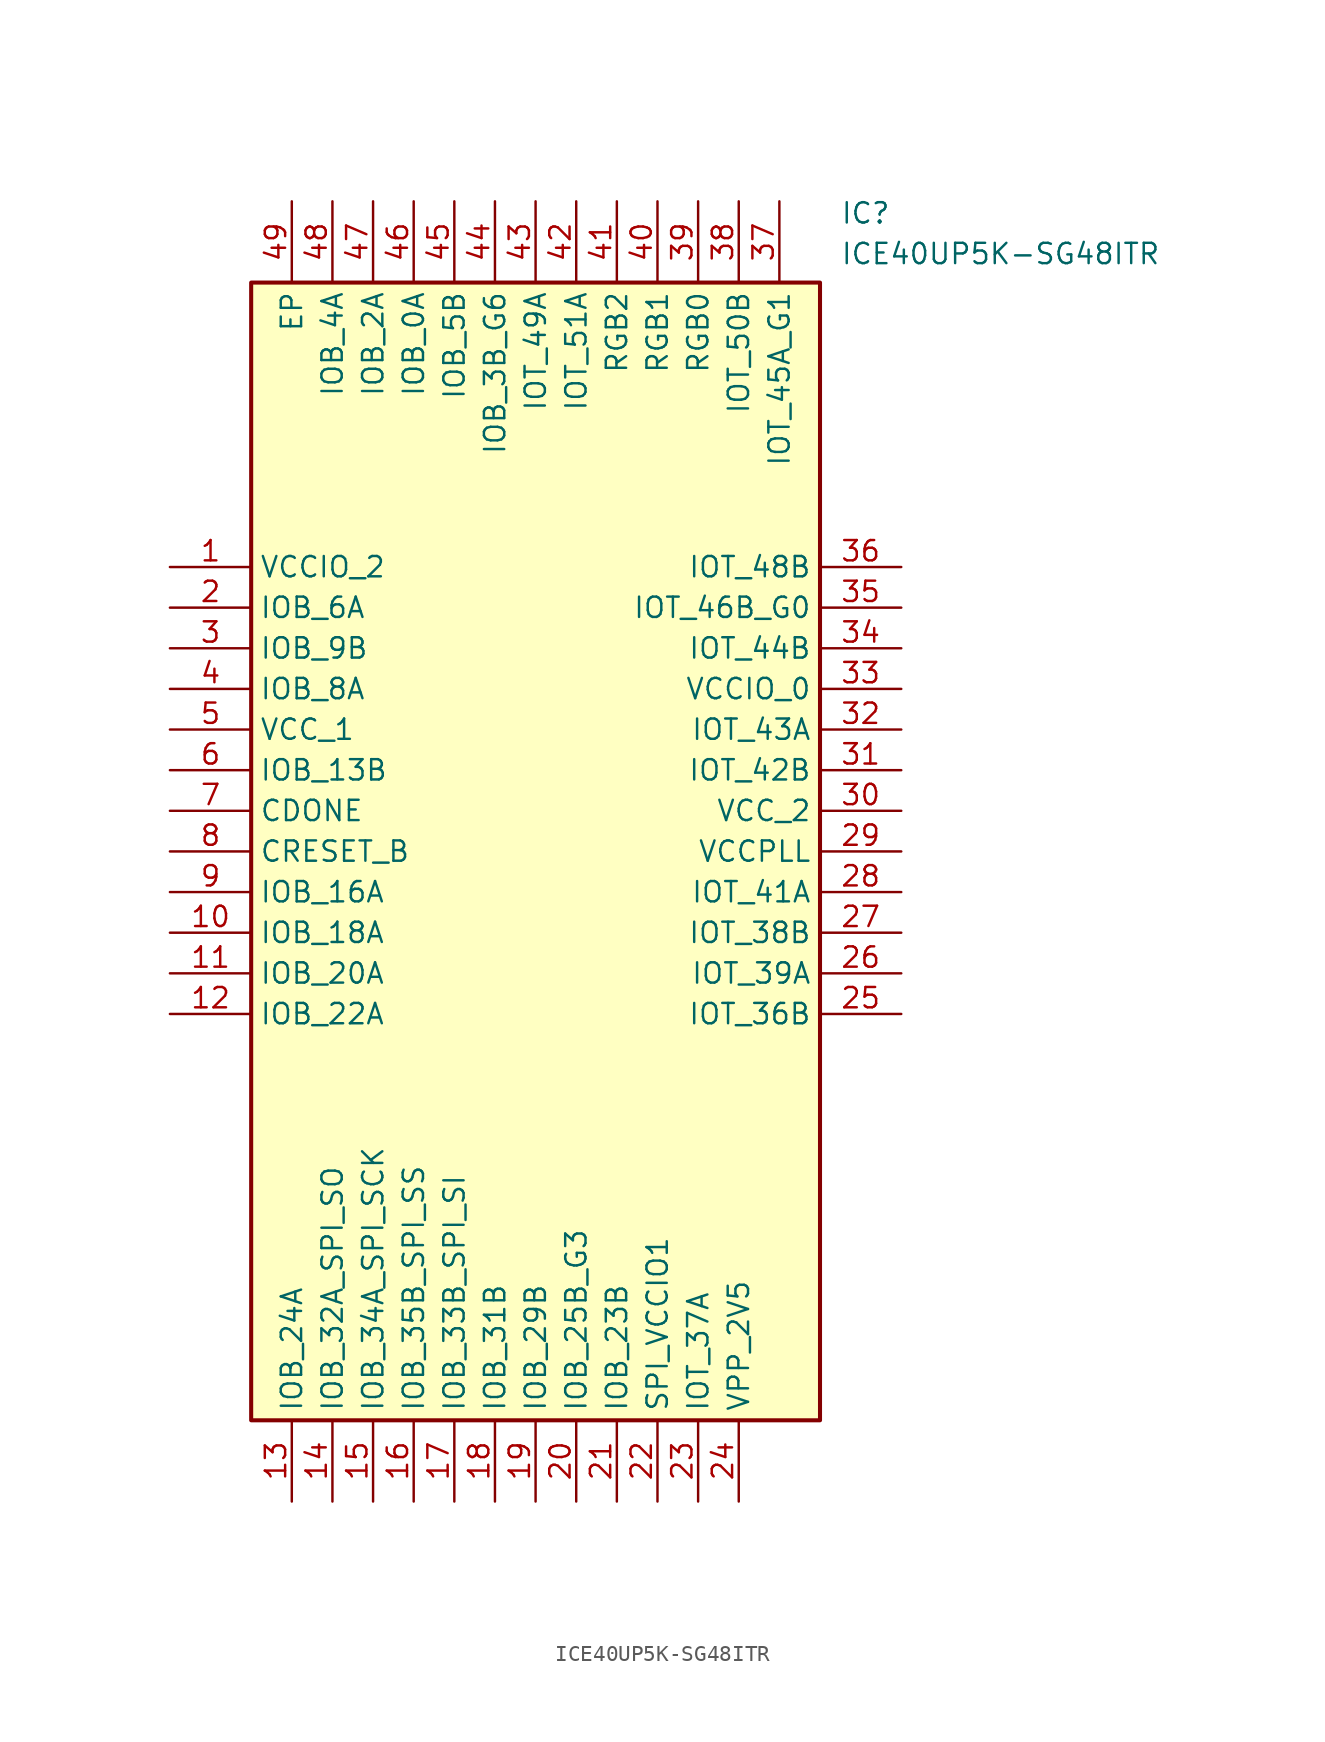
<source format=kicad_sym>
(kicad_symbol_lib
  (version 20211014)
  (generator SamacSys_ECAD_Model)
  (symbol "ICE40UP5K-SG48ITR"
    (property "Reference" "IC"
      (at 41.91 22.86 0)
      (effects (font (size 1.27 1.27)) (justify left top)))
    (property "Value" "ICE40UP5K-SG48ITR"
      (at 41.91 20.32 0)
      (effects (font (size 1.27 1.27)) (justify left top)))
    (rectangle
      (start 5.08 17.78)
      (end 40.64 -53.34)
      (stroke (width 0.254) (type default))
      (fill (type background)))
    (pin passive line
      (at 0 0 0)
      (length 5.08)
      (name "VCCIO_2" (effects (font (size 1.27 1.27))))
      (number "1" (effects (font (size 1.27 1.27)))))
    (pin passive line
      (at 0 -2.54 0)
      (length 5.08)
      (name "IOB_6A" (effects (font (size 1.27 1.27))))
      (number "2" (effects (font (size 1.27 1.27)))))
    (pin passive line
      (at 0 -5.08 0)
      (length 5.08)
      (name "IOB_9B" (effects (font (size 1.27 1.27))))
      (number "3" (effects (font (size 1.27 1.27)))))
    (pin passive line
      (at 0 -7.62 0)
      (length 5.08)
      (name "IOB_8A" (effects (font (size 1.27 1.27))))
      (number "4" (effects (font (size 1.27 1.27)))))
    (pin passive line
      (at 0 -10.16 0)
      (length 5.08)
      (name "VCC_1" (effects (font (size 1.27 1.27))))
      (number "5" (effects (font (size 1.27 1.27)))))
    (pin passive line
      (at 0 -12.7 0)
      (length 5.08)
      (name "IOB_13B" (effects (font (size 1.27 1.27))))
      (number "6" (effects (font (size 1.27 1.27)))))
    (pin passive line
      (at 0 -15.24 0)
      (length 5.08)
      (name "CDONE" (effects (font (size 1.27 1.27))))
      (number "7" (effects (font (size 1.27 1.27)))))
    (pin passive line
      (at 0 -17.78 0)
      (length 5.08)
      (name "CRESET_B" (effects (font (size 1.27 1.27))))
      (number "8" (effects (font (size 1.27 1.27)))))
    (pin passive line
      (at 0 -20.32 0)
      (length 5.08)
      (name "IOB_16A" (effects (font (size 1.27 1.27))))
      (number "9" (effects (font (size 1.27 1.27)))))
    (pin passive line
      (at 0 -22.86 0)
      (length 5.08)
      (name "IOB_18A" (effects (font (size 1.27 1.27))))
      (number "10" (effects (font (size 1.27 1.27)))))
    (pin passive line
      (at 0 -25.4 0)
      (length 5.08)
      (name "IOB_20A" (effects (font (size 1.27 1.27))))
      (number "11" (effects (font (size 1.27 1.27)))))
    (pin passive line
      (at 0 -27.94 0)
      (length 5.08)
      (name "IOB_22A" (effects (font (size 1.27 1.27))))
      (number "12" (effects (font (size 1.27 1.27)))))
    (pin passive line
      (at 7.62 -58.42 90)
      (length 5.08)
      (name "IOB_24A" (effects (font (size 1.27 1.27))))
      (number "13" (effects (font (size 1.27 1.27)))))
    (pin passive line
      (at 10.16 -58.42 90)
      (length 5.08)
      (name "IOB_32A_SPI_SO" (effects (font (size 1.27 1.27))))
      (number "14" (effects (font (size 1.27 1.27)))))
    (pin passive line
      (at 12.7 -58.42 90)
      (length 5.08)
      (name "IOB_34A_SPI_SCK" (effects (font (size 1.27 1.27))))
      (number "15" (effects (font (size 1.27 1.27)))))
    (pin passive line
      (at 15.24 -58.42 90)
      (length 5.08)
      (name "IOB_35B_SPI_SS" (effects (font (size 1.27 1.27))))
      (number "16" (effects (font (size 1.27 1.27)))))
    (pin passive line
      (at 17.78 -58.42 90)
      (length 5.08)
      (name "IOB_33B_SPI_SI" (effects (font (size 1.27 1.27))))
      (number "17" (effects (font (size 1.27 1.27)))))
    (pin passive line
      (at 20.32 -58.42 90)
      (length 5.08)
      (name "IOB_31B" (effects (font (size 1.27 1.27))))
      (number "18" (effects (font (size 1.27 1.27)))))
    (pin passive line
      (at 22.86 -58.42 90)
      (length 5.08)
      (name "IOB_29B" (effects (font (size 1.27 1.27))))
      (number "19" (effects (font (size 1.27 1.27)))))
    (pin passive line
      (at 25.4 -58.42 90)
      (length 5.08)
      (name "IOB_25B_G3" (effects (font (size 1.27 1.27))))
      (number "20" (effects (font (size 1.27 1.27)))))
    (pin passive line
      (at 27.94 -58.42 90)
      (length 5.08)
      (name "IOB_23B" (effects (font (size 1.27 1.27))))
      (number "21" (effects (font (size 1.27 1.27)))))
    (pin passive line
      (at 30.48 -58.42 90)
      (length 5.08)
      (name "SPI_VCCIO1" (effects (font (size 1.27 1.27))))
      (number "22" (effects (font (size 1.27 1.27)))))
    (pin passive line
      (at 33.02 -58.42 90)
      (length 5.08)
      (name "IOT_37A" (effects (font (size 1.27 1.27))))
      (number "23" (effects (font (size 1.27 1.27)))))
    (pin passive line
      (at 35.56 -58.42 90)
      (length 5.08)
      (name "VPP_2V5" (effects (font (size 1.27 1.27))))
      (number "24" (effects (font (size 1.27 1.27)))))
    (pin passive line
      (at 45.72 0 180)
      (length 5.08)
      (name "IOT_48B" (effects (font (size 1.27 1.27))))
      (number "36" (effects (font (size 1.27 1.27)))))
    (pin passive line
      (at 45.72 -2.54 180)
      (length 5.08)
      (name "IOT_46B_G0" (effects (font (size 1.27 1.27))))
      (number "35" (effects (font (size 1.27 1.27)))))
    (pin passive line
      (at 45.72 -5.08 180)
      (length 5.08)
      (name "IOT_44B" (effects (font (size 1.27 1.27))))
      (number "34" (effects (font (size 1.27 1.27)))))
    (pin passive line
      (at 45.72 -7.62 180)
      (length 5.08)
      (name "VCCIO_0" (effects (font (size 1.27 1.27))))
      (number "33" (effects (font (size 1.27 1.27)))))
    (pin passive line
      (at 45.72 -10.16 180)
      (length 5.08)
      (name "IOT_43A" (effects (font (size 1.27 1.27))))
      (number "32" (effects (font (size 1.27 1.27)))))
    (pin passive line
      (at 45.72 -12.7 180)
      (length 5.08)
      (name "IOT_42B" (effects (font (size 1.27 1.27))))
      (number "31" (effects (font (size 1.27 1.27)))))
    (pin passive line
      (at 45.72 -15.24 180)
      (length 5.08)
      (name "VCC_2" (effects (font (size 1.27 1.27))))
      (number "30" (effects (font (size 1.27 1.27)))))
    (pin passive line
      (at 45.72 -17.78 180)
      (length 5.08)
      (name "VCCPLL" (effects (font (size 1.27 1.27))))
      (number "29" (effects (font (size 1.27 1.27)))))
    (pin passive line
      (at 45.72 -20.32 180)
      (length 5.08)
      (name "IOT_41A" (effects (font (size 1.27 1.27))))
      (number "28" (effects (font (size 1.27 1.27)))))
    (pin passive line
      (at 45.72 -22.86 180)
      (length 5.08)
      (name "IOT_38B" (effects (font (size 1.27 1.27))))
      (number "27" (effects (font (size 1.27 1.27)))))
    (pin passive line
      (at 45.72 -25.4 180)
      (length 5.08)
      (name "IOT_39A" (effects (font (size 1.27 1.27))))
      (number "26" (effects (font (size 1.27 1.27)))))
    (pin passive line
      (at 45.72 -27.94 180)
      (length 5.08)
      (name "IOT_36B" (effects (font (size 1.27 1.27))))
      (number "25" (effects (font (size 1.27 1.27)))))
    (pin passive line
      (at 7.62 22.86 270)
      (length 5.08)
      (name "EP" (effects (font (size 1.27 1.27))))
      (number "49" (effects (font (size 1.27 1.27)))))
    (pin passive line
      (at 10.16 22.86 270)
      (length 5.08)
      (name "IOB_4A" (effects (font (size 1.27 1.27))))
      (number "48" (effects (font (size 1.27 1.27)))))
    (pin passive line
      (at 12.7 22.86 270)
      (length 5.08)
      (name "IOB_2A" (effects (font (size 1.27 1.27))))
      (number "47" (effects (font (size 1.27 1.27)))))
    (pin passive line
      (at 15.24 22.86 270)
      (length 5.08)
      (name "IOB_0A" (effects (font (size 1.27 1.27))))
      (number "46" (effects (font (size 1.27 1.27)))))
    (pin passive line
      (at 17.78 22.86 270)
      (length 5.08)
      (name "IOB_5B" (effects (font (size 1.27 1.27))))
      (number "45" (effects (font (size 1.27 1.27)))))
    (pin passive line
      (at 20.32 22.86 270)
      (length 5.08)
      (name "IOB_3B_G6" (effects (font (size 1.27 1.27))))
      (number "44" (effects (font (size 1.27 1.27)))))
    (pin passive line
      (at 22.86 22.86 270)
      (length 5.08)
      (name "IOT_49A" (effects (font (size 1.27 1.27))))
      (number "43" (effects (font (size 1.27 1.27)))))
    (pin passive line
      (at 25.4 22.86 270)
      (length 5.08)
      (name "IOT_51A" (effects (font (size 1.27 1.27))))
      (number "42" (effects (font (size 1.27 1.27)))))
    (pin passive line
      (at 27.94 22.86 270)
      (length 5.08)
      (name "RGB2" (effects (font (size 1.27 1.27))))
      (number "41" (effects (font (size 1.27 1.27)))))
    (pin passive line
      (at 30.48 22.86 270)
      (length 5.08)
      (name "RGB1" (effects (font (size 1.27 1.27))))
      (number "40" (effects (font (size 1.27 1.27)))))
    (pin passive line
      (at 33.02 22.86 270)
      (length 5.08)
      (name "RGB0" (effects (font (size 1.27 1.27))))
      (number "39" (effects (font (size 1.27 1.27)))))
    (pin passive line
      (at 35.56 22.86 270)
      (length 5.08)
      (name "IOT_50B" (effects (font (size 1.27 1.27))))
      (number "38" (effects (font (size 1.27 1.27)))))
    (pin passive line
      (at 38.1 22.86 270)
      (length 5.08)
      (name "IOT_45A_G1" (effects (font (size 1.27 1.27))))
      (number "37" (effects (font (size 1.27 1.27)))))))
</source>
